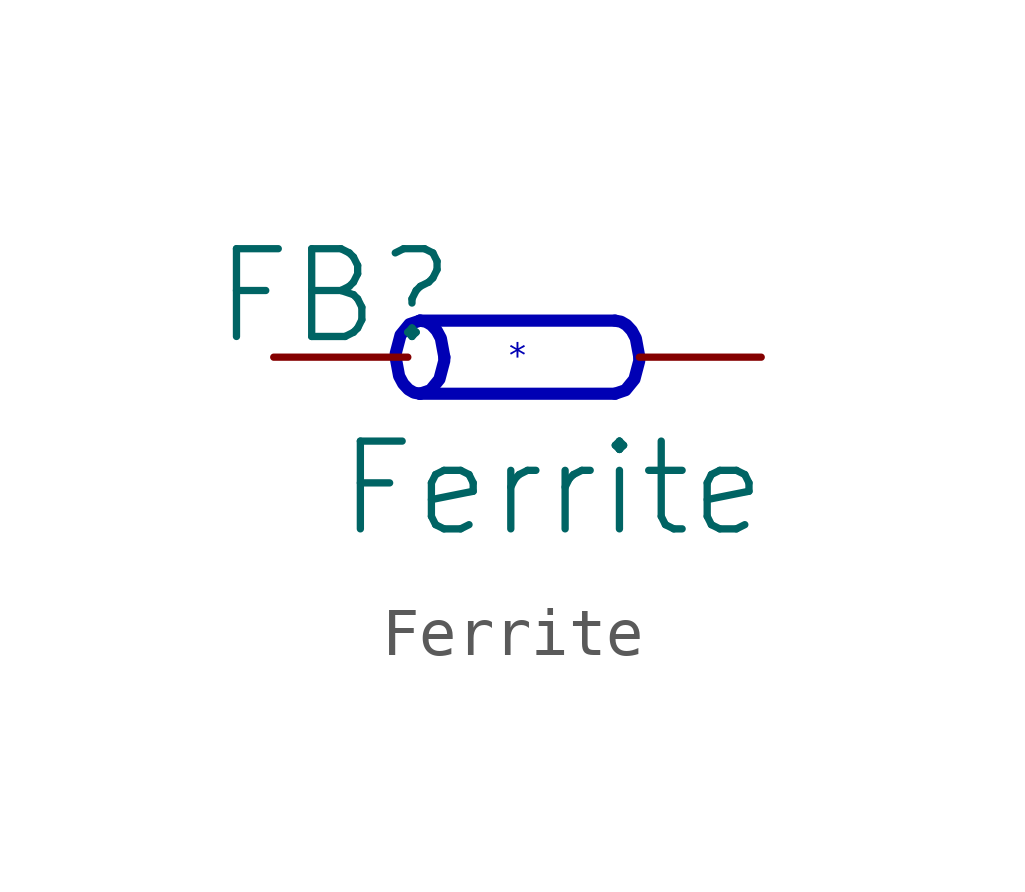
<source format=kicad_sym>
(kicad_symbol_lib
  (version 20231120)
  (generator "kicad_symbol_editor")
  (generator_version "8.0")
  (symbol "Ferrite"
    (property "Reference" "FB"
      (at -1.27 1.27 0)
      (effects (font (size 1.829 1.829))))
    (property "Value" "Ferrite"
      (at -1.27 -3.81 0)
      (effects (font (size 1.829 1.829)) (justify left bottom)))
    (property "Package" "*"
      (at 2.54 0 0)
      (effects (font (face "Arial") (size 0.508 0.508) (color 0 0 180 1))))
    (symbol "Ferrite_1_0"
      (polyline (pts (xy 0.508 -0.762) (xy 4.572 -0.762)) (stroke (width 0.254) (type solid) (color 0 0 180 1)) (fill (type none)))
      (polyline (pts (xy 0.508 0.762) (xy 4.572 0.762)) (stroke (width 0.254) (type solid) (color 0 0 180 1)) (fill (type none)))
      (bezier (pts (xy 0 0) (xy 0 -0.421) (xy 0.227 -0.762) (xy 0.508 -0.762)) (stroke (width 0.254) (type solid) (color 0 0 180 1)) (fill (type none)))
      (bezier (pts (xy 0.508 -0.762) (xy 0.788 -0.762) (xy 1.016 -0.421) (xy 1.016 0)) (stroke (width 0.254) (type solid) (color 0 0 180 1)) (fill (type none)))
      (bezier (pts (xy 0.508 0.762) (xy 0.227 0.762) (xy 0 0.421) (xy 0 0)) (stroke (width 0.254) (type solid) (color 0 0 180 1)) (fill (type none)))
      (bezier (pts (xy 1.016 0) (xy 1.016 0.421) (xy 0.788 0.762) (xy 0.508 0.762)) (stroke (width 0.254) (type solid) (color 0 0 180 1)) (fill (type none)))
      (bezier (pts (xy 4.572 -0.762) (xy 4.853 -0.762) (xy 5.08 -0.421) (xy 5.08 0)) (stroke (width 0.254) (type solid) (color 0 0 180 1)) (fill (type none)))
      (bezier (pts (xy 5.08 0) (xy 5.08 0.421) (xy 4.853 0.762) (xy 4.572 0.762)) (stroke (width 0.254) (type solid) (color 0 0 180 1)) (fill (type none)))
      (pin passive line (at -2.54 0 0) (length 2.794) (name "1" (effects (font (size 0 0)))) (number "1" (effects (font (size 0 0)))))
      (pin passive line (at 7.62 0 180) (length 2.54) (name "2" (effects (font (size 0 0)))) (number "2" (effects (font (size 0 0))))))))
</source>
